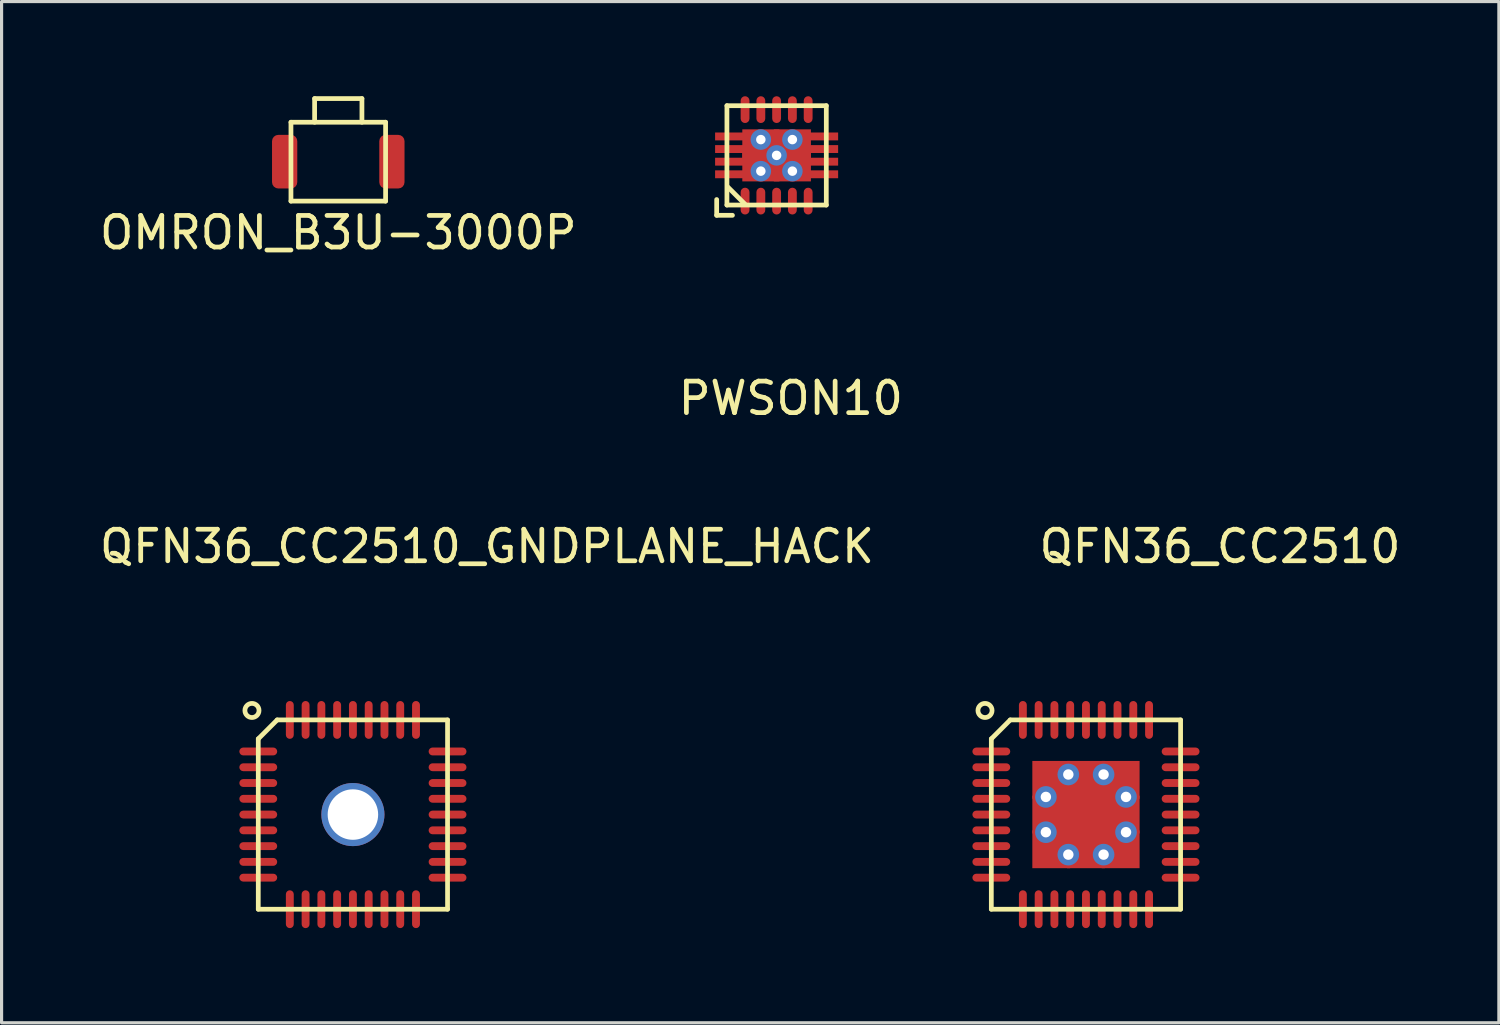
<source format=kicad_pcb>
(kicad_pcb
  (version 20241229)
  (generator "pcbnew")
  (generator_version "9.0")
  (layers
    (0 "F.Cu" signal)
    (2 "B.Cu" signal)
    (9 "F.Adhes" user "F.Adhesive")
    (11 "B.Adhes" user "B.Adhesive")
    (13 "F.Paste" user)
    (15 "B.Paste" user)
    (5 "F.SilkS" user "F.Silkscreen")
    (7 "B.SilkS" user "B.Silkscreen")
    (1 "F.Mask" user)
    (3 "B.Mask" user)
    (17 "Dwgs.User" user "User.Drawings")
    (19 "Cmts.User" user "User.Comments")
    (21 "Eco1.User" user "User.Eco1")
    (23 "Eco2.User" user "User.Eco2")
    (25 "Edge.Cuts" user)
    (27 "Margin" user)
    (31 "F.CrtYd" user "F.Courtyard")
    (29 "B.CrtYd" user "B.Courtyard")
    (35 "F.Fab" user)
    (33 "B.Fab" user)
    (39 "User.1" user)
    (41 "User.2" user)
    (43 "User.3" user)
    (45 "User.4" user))
  (footprint "PWSON10"
    (layer "F.Cu")
    (at 21.568 1.875)
    (property "Reference" "PWSON10" (at 0.45 7.7 0) (layer "F.SilkS") (effects (font (size 1 1) (thickness 0.15))))
    (attr through_hole)
    (fp_line (start -1.9 1.9) (end -1.9 1.4) (stroke (width 0.15) (type solid)) (layer "F.SilkS"))
    (fp_line (start -1.9 1.9) (end -1.4 1.9) (stroke (width 0.15) (type solid)) (layer "F.SilkS"))
    (fp_line (start -1.575 -1.575) (end -1.575 1.575) (stroke (width 0.15) (type solid)) (layer "F.SilkS"))
    (fp_line (start -1.575 -1.575) (end 1.575 -1.575) (stroke (width 0.15) (type solid)) (layer "F.SilkS"))
    (fp_line (start -1.575 1.575) (end 1.575 1.575) (stroke (width 0.15) (type solid)) (layer "F.SilkS"))
    (fp_line (start -1.55 1) (end -1 1.55) (stroke (width 0.15) (type solid)) (layer "F.SilkS"))
    (fp_line (start 1.575 1.575) (end 1.575 -1.575) (stroke (width 0.15) (type solid)) (layer "F.SilkS"))
    (pad "1" smd roundrect (at -1 1.45) (size 0.28 0.85) (layers "F.Cu" "F.Mask" "F.Paste") (roundrect_rratio 0.5))
    (pad "2" smd roundrect (at -0.5 1.45) (size 0.28 0.85) (layers "F.Cu" "F.Mask" "F.Paste") (roundrect_rratio 0.5))
    (pad "3" smd roundrect (at 0 1.45) (size 0.28 0.85) (layers "F.Cu" "F.Mask" "F.Paste") (roundrect_rratio 0.5))
    (pad "4" smd roundrect (at 0.5 1.45) (size 0.28 0.85) (layers "F.Cu" "F.Mask" "F.Paste") (roundrect_rratio 0.5))
    (pad "5" smd roundrect (at 1 1.45) (size 0.28 0.85) (layers "F.Cu" "F.Mask" "F.Paste") (roundrect_rratio 0.5))
    (pad "6" smd roundrect (at 1 -1.45) (size 0.28 0.85) (layers "F.Cu" "F.Mask" "F.Paste") (roundrect_rratio 0.5))
    (pad "7" smd roundrect (at 0.5 -1.45) (size 0.28 0.85) (layers "F.Cu" "F.Mask" "F.Paste") (roundrect_rratio 0.5))
    (pad "8" smd roundrect (at 0 -1.45) (size 0.28 0.85) (layers "F.Cu" "F.Mask" "F.Paste") (roundrect_rratio 0.5))
    (pad "9" smd roundrect (at -0.5 -1.45) (size 0.28 0.85) (layers "F.Cu" "F.Mask" "F.Paste") (roundrect_rratio 0.5))
    (pad "10" smd roundrect (at -1 -1.45) (size 0.28 0.85) (layers "F.Cu" "F.Mask" "F.Paste") (roundrect_rratio 0.5))
    (pad "PAD" smd rect (at -1.5 -0.6) (size 0.9 0.25) (layers "F.Cu" "F.Mask" "F.Paste"))
    (pad "PAD" smd rect (at -1.5 -0.2) (size 0.9 0.25) (layers "F.Cu" "F.Mask" "F.Paste"))
    (pad "PAD" smd rect (at -1.5 0.2) (size 0.9 0.25) (layers "F.Cu" "F.Mask" "F.Paste"))
    (pad "PAD" smd rect (at -1.5 0.6) (size 0.9 0.25) (layers "F.Cu" "F.Mask" "F.Paste"))
    (pad "PAD" thru_hole circle (at -0.5 -0.5) (size 0.65 0.65) (drill 0.3) (layers "*.Cu"))
    (pad "PAD" smd rect (at -0.5 -0.35) (size 1.175 0.95) (layers "F.Cu" "F.Mask" "F.Paste"))
    (pad "PAD" smd rect (at -0.5 0.35) (size 1.175 0.95) (layers "F.Cu" "F.Mask" "F.Paste"))
    (pad "PAD" thru_hole circle (at -0.5 0.5) (size 0.65 0.65) (drill 0.3) (layers "*.Cu"))
    (pad "PAD" thru_hole circle (at 0 0) (size 0.65 0.65) (drill 0.3) (layers "*.Cu"))
    (pad "PAD" thru_hole circle (at 0.5 -0.5) (size 0.65 0.65) (drill 0.3) (layers "*.Cu"))
    (pad "PAD" smd rect (at 0.5 -0.35) (size 1.175 0.95) (layers "F.Cu" "F.Mask" "F.Paste"))
    (pad "PAD" smd rect (at 0.5 0.35) (size 1.175 0.95) (layers "F.Cu" "F.Mask" "F.Paste"))
    (pad "PAD" thru_hole circle (at 0.5 0.5) (size 0.65 0.65) (drill 0.3) (layers "*.Cu"))
    (pad "PAD" smd rect (at 1.5 -0.6) (size 0.9 0.25) (layers "F.Cu" "F.Mask" "F.Paste"))
    (pad "PAD" smd rect (at 1.5 -0.2) (size 0.9 0.25) (layers "F.Cu" "F.Mask" "F.Paste"))
    (pad "PAD" smd rect (at 1.5 0.2) (size 0.9 0.25) (layers "F.Cu" "F.Mask" "F.Paste"))
    (pad "PAD" smd rect (at 1.5 0.6) (size 0.9 0.25) (layers "F.Cu" "F.Mask" "F.Paste")))
  (footprint "QFN36_CC2510"
    (layer "F.Cu")
    (at 31.374 22.771)
    (property "Reference" "QFN36_CC2510" (at 4.25 -8.5 0) (layer "F.SilkS") (effects (font (size 1 1) (thickness 0.15))))
    (attr through_hole)
    (fp_line (start -3 -2.4) (end -2.4 -3) (stroke (width 0.15) (type solid)) (layer "F.SilkS"))
    (fp_line (start -3 3) (end -3 -2.4) (stroke (width 0.15) (type solid)) (layer "F.SilkS"))
    (fp_line (start -2.4 -3) (end 3 -3) (stroke (width 0.15) (type solid)) (layer "F.SilkS"))
    (fp_line (start 3 -3) (end 3 3) (stroke (width 0.15) (type solid)) (layer "F.SilkS"))
    (fp_line (start 3 3) (end -3 3) (stroke (width 0.15) (type solid)) (layer "F.SilkS"))
    (fp_circle (center -3.2 -3.3) (end -3 -3.2) (stroke (width 0.15) (type solid)) (fill no) (layer "F.SilkS"))
    (pad "1" smd roundrect (at -3 -2) (size 1.2 0.25) (layers "F.Cu" "F.Mask" "F.Paste") (roundrect_rratio 0.5))
    (pad "2" smd roundrect (at -3 -1.5) (size 1.2 0.25) (layers "F.Cu" "F.Mask" "F.Paste") (roundrect_rratio 0.5))
    (pad "3" smd roundrect (at -3 -1) (size 1.2 0.25) (layers "F.Cu" "F.Mask" "F.Paste") (roundrect_rratio 0.5))
    (pad "4" smd roundrect (at -3 -0.5) (size 1.2 0.25) (layers "F.Cu" "F.Mask" "F.Paste") (roundrect_rratio 0.5))
    (pad "5" smd roundrect (at -3 0) (size 1.2 0.25) (layers "F.Cu" "F.Mask" "F.Paste") (roundrect_rratio 0.5))
    (pad "6" smd roundrect (at -3 0.5) (size 1.2 0.25) (layers "F.Cu" "F.Mask" "F.Paste") (roundrect_rratio 0.5))
    (pad "7" smd roundrect (at -3 1) (size 1.2 0.25) (layers "F.Cu" "F.Mask" "F.Paste") (roundrect_rratio 0.5))
    (pad "8" smd roundrect (at -3 1.5) (size 1.2 0.25) (layers "F.Cu" "F.Mask" "F.Paste") (roundrect_rratio 0.5))
    (pad "9" smd roundrect (at -3 2) (size 1.2 0.25) (layers "F.Cu" "F.Mask" "F.Paste") (roundrect_rratio 0.5))
    (pad "10" smd roundrect (at -2 3 90) (size 1.2 0.25) (layers "F.Cu" "F.Mask" "F.Paste") (roundrect_rratio 0.5))
    (pad "11" smd roundrect (at -1.5 3 90) (size 1.2 0.25) (layers "F.Cu" "F.Mask" "F.Paste") (roundrect_rratio 0.5))
    (pad "12" smd roundrect (at -1 3 90) (size 1.2 0.25) (layers "F.Cu" "F.Mask" "F.Paste") (roundrect_rratio 0.5))
    (pad "13" smd roundrect (at -0.5 3 90) (size 1.2 0.25) (layers "F.Cu" "F.Mask" "F.Paste") (roundrect_rratio 0.5))
    (pad "14" smd roundrect (at 0 3 90) (size 1.2 0.25) (layers "F.Cu" "F.Mask" "F.Paste") (roundrect_rratio 0.5))
    (pad "15" smd roundrect (at 0.5 3 90) (size 1.2 0.25) (layers "F.Cu" "F.Mask" "F.Paste") (roundrect_rratio 0.5))
    (pad "16" smd roundrect (at 1 3 90) (size 1.2 0.25) (layers "F.Cu" "F.Mask" "F.Paste") (roundrect_rratio 0.5))
    (pad "17" smd roundrect (at 1.5 3 90) (size 1.2 0.25) (layers "F.Cu" "F.Mask" "F.Paste") (roundrect_rratio 0.5))
    (pad "18" smd roundrect (at 2 3 90) (size 1.2 0.25) (layers "F.Cu" "F.Mask" "F.Paste") (roundrect_rratio 0.5))
    (pad "19" smd roundrect (at 3 2) (size 1.2 0.25) (layers "F.Cu" "F.Mask" "F.Paste") (roundrect_rratio 0.5))
    (pad "20" smd roundrect (at 3 1.5) (size 1.2 0.25) (layers "F.Cu" "F.Mask" "F.Paste") (roundrect_rratio 0.5))
    (pad "21" smd roundrect (at 3 1) (size 1.2 0.25) (layers "F.Cu" "F.Mask" "F.Paste") (roundrect_rratio 0.5))
    (pad "22" smd roundrect (at 3 0.5) (size 1.2 0.25) (layers "F.Cu" "F.Mask" "F.Paste") (roundrect_rratio 0.5))
    (pad "23" smd roundrect (at 3 0) (size 1.2 0.25) (layers "F.Cu" "F.Mask" "F.Paste") (roundrect_rratio 0.5))
    (pad "24" smd roundrect (at 3 -0.5) (size 1.2 0.25) (layers "F.Cu" "F.Mask" "F.Paste") (roundrect_rratio 0.5))
    (pad "25" smd roundrect (at 3 -1) (size 1.2 0.25) (layers "F.Cu" "F.Mask" "F.Paste") (roundrect_rratio 0.5))
    (pad "26" smd roundrect (at 3 -1.5) (size 1.2 0.25) (layers "F.Cu" "F.Mask" "F.Paste") (roundrect_rratio 0.5))
    (pad "27" smd roundrect (at 3 -2) (size 1.2 0.25) (layers "F.Cu" "F.Mask" "F.Paste") (roundrect_rratio 0.5))
    (pad "28" smd roundrect (at 2 -3 90) (size 1.2 0.25) (layers "F.Cu" "F.Mask" "F.Paste") (roundrect_rratio 0.5))
    (pad "29" smd roundrect (at 1.5 -3 90) (size 1.2 0.25) (layers "F.Cu" "F.Mask" "F.Paste") (roundrect_rratio 0.5))
    (pad "30" smd roundrect (at 1 -3 90) (size 1.2 0.25) (layers "F.Cu" "F.Mask" "F.Paste") (roundrect_rratio 0.5))
    (pad "31" smd roundrect (at 0.5 -3 90) (size 1.2 0.25) (layers "F.Cu" "F.Mask" "F.Paste") (roundrect_rratio 0.5))
    (pad "32" smd roundrect (at 0 -3 90) (size 1.2 0.25) (layers "F.Cu" "F.Mask" "F.Paste") (roundrect_rratio 0.5))
    (pad "33" smd roundrect (at -0.5 -3 90) (size 1.2 0.25) (layers "F.Cu" "F.Mask" "F.Paste") (roundrect_rratio 0.5))
    (pad "34" smd roundrect (at -1 -3 90) (size 1.2 0.25) (layers "F.Cu" "F.Mask" "F.Paste") (roundrect_rratio 0.5))
    (pad "35" smd roundrect (at -1.5 -3 90) (size 1.2 0.25) (layers "F.Cu" "F.Mask" "F.Paste") (roundrect_rratio 0.5))
    (pad "36" smd roundrect (at -2 -3 90) (size 1.2 0.25) (layers "F.Cu" "F.Mask" "F.Paste") (roundrect_rratio 0.5))
    (pad "GND" thru_hole circle (at -1.27 -0.559) (size 0.686 0.686) (drill 0.33) (layers "*.Cu" "*.Mask"))
    (pad "GND" thru_hole circle (at -1.27 0.559) (size 0.686 0.686) (drill 0.33) (layers "*.Cu" "*.Mask"))
    (pad "GND" smd rect (at -1.1 -1.1 90) (size 1.2 1.2) (layers "F.Cu" "F.Mask" "F.Paste"))
    (pad "GND" smd rect (at -1.1 0 90) (size 1.2 1.2) (layers "F.Cu" "F.Mask" "F.Paste"))
    (pad "GND" smd rect (at -1.1 1.1 90) (size 1.2 1.2) (layers "F.Cu" "F.Mask" "F.Paste"))
    (pad "GND" thru_hole circle (at -0.559 -1.27) (size 0.686 0.686) (drill 0.33) (layers "*.Cu" "*.Mask"))
    (pad "GND" thru_hole circle (at -0.559 1.27) (size 0.686 0.686) (drill 0.33) (layers "*.Cu" "*.Mask"))
    (pad "GND" smd rect (at 0 -1.1 90) (size 1.2 1.2) (layers "F.Cu" "F.Mask" "F.Paste"))
    (pad "GND" smd rect (at 0 0 90) (size 1.2 1.2) (layers "F.Cu" "F.Mask" "F.Paste"))
    (pad "GND" smd rect (at 0 1.1 90) (size 1.2 1.2) (layers "F.Cu" "F.Mask" "F.Paste"))
    (pad "GND" thru_hole circle (at 0.559 -1.27) (size 0.686 0.686) (drill 0.33) (layers "*.Cu" "*.Mask"))
    (pad "GND" thru_hole circle (at 0.559 1.27) (size 0.686 0.686) (drill 0.33) (layers "*.Cu" "*.Mask"))
    (pad "GND" smd rect (at 1.1 -1.1 90) (size 1.2 1.2) (layers "F.Cu" "F.Mask" "F.Paste"))
    (pad "GND" smd rect (at 1.1 0 90) (size 1.2 1.2) (layers "F.Cu" "F.Mask" "F.Paste"))
    (pad "GND" smd rect (at 1.1 1.1 90) (size 1.2 1.2) (layers "F.Cu" "F.Mask" "F.Paste"))
    (pad "GND" thru_hole circle (at 1.27 -0.559) (size 0.686 0.686) (drill 0.33) (layers "*.Cu" "*.Mask"))
    (pad "GND" thru_hole circle (at 1.27 0.559) (size 0.686 0.686) (drill 0.33) (layers "*.Cu" "*.Mask")))
  (footprint "OMRON_B3U-3000P"
    (layer "F.Cu")
    (at 7.673 2.075)
    (property "Reference" "OMRON_B3U-3000P" (at 0 2.25 0) (layer "F.SilkS") (effects (font (size 1 1) (thickness 0.15))))
    (attr through_hole)
    (fp_line (start -1.5 -1.25) (end 1.5 -1.25) (stroke (width 0.15) (type solid)) (layer "F.SilkS"))
    (fp_line (start -1.5 1.25) (end -1.5 -1.25) (stroke (width 0.15) (type solid)) (layer "F.SilkS"))
    (fp_line (start -0.75 -2) (end -0.75 -1.25) (stroke (width 0.15) (type solid)) (layer "F.SilkS"))
    (fp_line (start 0.75 -2) (end -0.75 -2) (stroke (width 0.15) (type solid)) (layer "F.SilkS"))
    (fp_line (start 0.75 -1.25) (end 0.75 -2) (stroke (width 0.15) (type solid)) (layer "F.SilkS"))
    (fp_line (start 1.5 -1.25) (end 1.5 1.25) (stroke (width 0.15) (type solid)) (layer "F.SilkS"))
    (fp_line (start 1.5 1.25) (end -1.5 1.25) (stroke (width 0.15) (type solid)) (layer "F.SilkS"))
    (pad "1" smd roundrect (at -1.7 0) (size 0.8 1.7) (layers "F.Cu" "F.Mask" "F.Paste") (roundrect_rratio 0.25))
    (pad "2" smd roundrect (at 1.7 0) (size 0.8 1.7) (layers "F.Cu" "F.Mask" "F.Paste") (roundrect_rratio 0.25)))
  (footprint "QFN36_CC2510_GNDPLANE_HACK"
    (layer "F.Cu")
    (at 8.137 22.771)
    (property "Reference" "QFN36_CC2510_GNDPLANE_HACK" (at 4.25 -8.5 0) (layer "F.SilkS") (effects (font (size 1 1) (thickness 0.15))))
    (attr through_hole)
    (fp_line (start -3 -2.4) (end -2.4 -3) (stroke (width 0.15) (type solid)) (layer "F.SilkS"))
    (fp_line (start -3 3) (end -3 -2.4) (stroke (width 0.15) (type solid)) (layer "F.SilkS"))
    (fp_line (start -2.4 -3) (end 3 -3) (stroke (width 0.15) (type solid)) (layer "F.SilkS"))
    (fp_line (start 3 -3) (end 3 3) (stroke (width 0.15) (type solid)) (layer "F.SilkS"))
    (fp_line (start 3 3) (end -3 3) (stroke (width 0.15) (type solid)) (layer "F.SilkS"))
    (fp_circle (center -3.2 -3.3) (end -3 -3.2) (stroke (width 0.15) (type solid)) (fill no) (layer "F.SilkS"))
    (pad "1" smd roundrect (at -3 -2) (size 1.2 0.25) (layers "F.Cu" "F.Mask" "F.Paste") (roundrect_rratio 0.5))
    (pad "2" smd roundrect (at -3 -1.5) (size 1.2 0.25) (layers "F.Cu" "F.Mask" "F.Paste") (roundrect_rratio 0.5))
    (pad "3" smd roundrect (at -3 -1) (size 1.2 0.25) (layers "F.Cu" "F.Mask" "F.Paste") (roundrect_rratio 0.5))
    (pad "4" smd roundrect (at -3 -0.5) (size 1.2 0.25) (layers "F.Cu" "F.Mask" "F.Paste") (roundrect_rratio 0.5))
    (pad "5" smd roundrect (at -3 0) (size 1.2 0.25) (layers "F.Cu" "F.Mask" "F.Paste") (roundrect_rratio 0.5))
    (pad "6" smd roundrect (at -3 0.5) (size 1.2 0.25) (layers "F.Cu" "F.Mask" "F.Paste") (roundrect_rratio 0.5))
    (pad "7" smd roundrect (at -3 1) (size 1.2 0.25) (layers "F.Cu" "F.Mask" "F.Paste") (roundrect_rratio 0.5))
    (pad "8" smd roundrect (at -3 1.5) (size 1.2 0.25) (layers "F.Cu" "F.Mask" "F.Paste") (roundrect_rratio 0.5))
    (pad "9" smd roundrect (at -3 2) (size 1.2 0.25) (layers "F.Cu" "F.Mask" "F.Paste") (roundrect_rratio 0.5))
    (pad "10" smd roundrect (at -2 3 90) (size 1.2 0.25) (layers "F.Cu" "F.Mask" "F.Paste") (roundrect_rratio 0.5))
    (pad "11" smd roundrect (at -1.5 3 90) (size 1.2 0.25) (layers "F.Cu" "F.Mask" "F.Paste") (roundrect_rratio 0.5))
    (pad "12" smd roundrect (at -1 3 90) (size 1.2 0.25) (layers "F.Cu" "F.Mask" "F.Paste") (roundrect_rratio 0.5))
    (pad "13" smd roundrect (at -0.5 3 90) (size 1.2 0.25) (layers "F.Cu" "F.Mask" "F.Paste") (roundrect_rratio 0.5))
    (pad "14" smd roundrect (at 0 3 90) (size 1.2 0.25) (layers "F.Cu" "F.Mask" "F.Paste") (roundrect_rratio 0.5))
    (pad "15" smd roundrect (at 0.5 3 90) (size 1.2 0.25) (layers "F.Cu" "F.Mask" "F.Paste") (roundrect_rratio 0.5))
    (pad "16" smd roundrect (at 1 3 90) (size 1.2 0.25) (layers "F.Cu" "F.Mask" "F.Paste") (roundrect_rratio 0.5))
    (pad "17" smd roundrect (at 1.5 3 90) (size 1.2 0.25) (layers "F.Cu" "F.Mask" "F.Paste") (roundrect_rratio 0.5))
    (pad "18" smd roundrect (at 2 3 90) (size 1.2 0.25) (layers "F.Cu" "F.Mask" "F.Paste") (roundrect_rratio 0.5))
    (pad "19" smd roundrect (at 3 2) (size 1.2 0.25) (layers "F.Cu" "F.Mask" "F.Paste") (roundrect_rratio 0.5))
    (pad "20" smd roundrect (at 3 1.5) (size 1.2 0.25) (layers "F.Cu" "F.Mask" "F.Paste") (roundrect_rratio 0.5))
    (pad "21" smd roundrect (at 3 1) (size 1.2 0.25) (layers "F.Cu" "F.Mask" "F.Paste") (roundrect_rratio 0.5))
    (pad "22" smd roundrect (at 3 0.5) (size 1.2 0.25) (layers "F.Cu" "F.Mask" "F.Paste") (roundrect_rratio 0.5))
    (pad "23" smd roundrect (at 3 0) (size 1.2 0.25) (layers "F.Cu" "F.Mask" "F.Paste") (roundrect_rratio 0.5))
    (pad "24" smd roundrect (at 3 -0.5) (size 1.2 0.25) (layers "F.Cu" "F.Mask" "F.Paste") (roundrect_rratio 0.5))
    (pad "25" smd roundrect (at 3 -1) (size 1.2 0.25) (layers "F.Cu" "F.Mask" "F.Paste") (roundrect_rratio 0.5))
    (pad "26" smd roundrect (at 3 -1.5) (size 1.2 0.25) (layers "F.Cu" "F.Mask" "F.Paste") (roundrect_rratio 0.5))
    (pad "27" smd roundrect (at 3 -2) (size 1.2 0.25) (layers "F.Cu" "F.Mask" "F.Paste") (roundrect_rratio 0.5))
    (pad "28" smd roundrect (at 2 -3 90) (size 1.2 0.25) (layers "F.Cu" "F.Mask" "F.Paste") (roundrect_rratio 0.5))
    (pad "29" smd roundrect (at 1.5 -3 90) (size 1.2 0.25) (layers "F.Cu" "F.Mask" "F.Paste") (roundrect_rratio 0.5))
    (pad "30" smd roundrect (at 1 -3 90) (size 1.2 0.25) (layers "F.Cu" "F.Mask" "F.Paste") (roundrect_rratio 0.5))
    (pad "31" smd roundrect (at 0.5 -3 90) (size 1.2 0.25) (layers "F.Cu" "F.Mask" "F.Paste") (roundrect_rratio 0.5))
    (pad "32" smd roundrect (at 0 -3 90) (size 1.2 0.25) (layers "F.Cu" "F.Mask" "F.Paste") (roundrect_rratio 0.5))
    (pad "33" smd roundrect (at -0.5 -3 90) (size 1.2 0.25) (layers "F.Cu" "F.Mask" "F.Paste") (roundrect_rratio 0.5))
    (pad "34" smd roundrect (at -1 -3 90) (size 1.2 0.25) (layers "F.Cu" "F.Mask" "F.Paste") (roundrect_rratio 0.5))
    (pad "35" smd roundrect (at -1.5 -3 90) (size 1.2 0.25) (layers "F.Cu" "F.Mask" "F.Paste") (roundrect_rratio 0.5))
    (pad "36" smd roundrect (at -2 -3 90) (size 1.2 0.25) (layers "F.Cu" "F.Mask" "F.Paste") (roundrect_rratio 0.5))
    (pad "GND" thru_hole circle (at 0 0) (size 2 2) (drill 1.6) (layers "*.Cu" "*.Mask")))
  (gr_rect
    (start -3 -3)
    (end 44.463 29.372)
    (stroke (width 0.1) (type default))
    (fill no)
    (layer "Edge.Cuts")))
</source>
